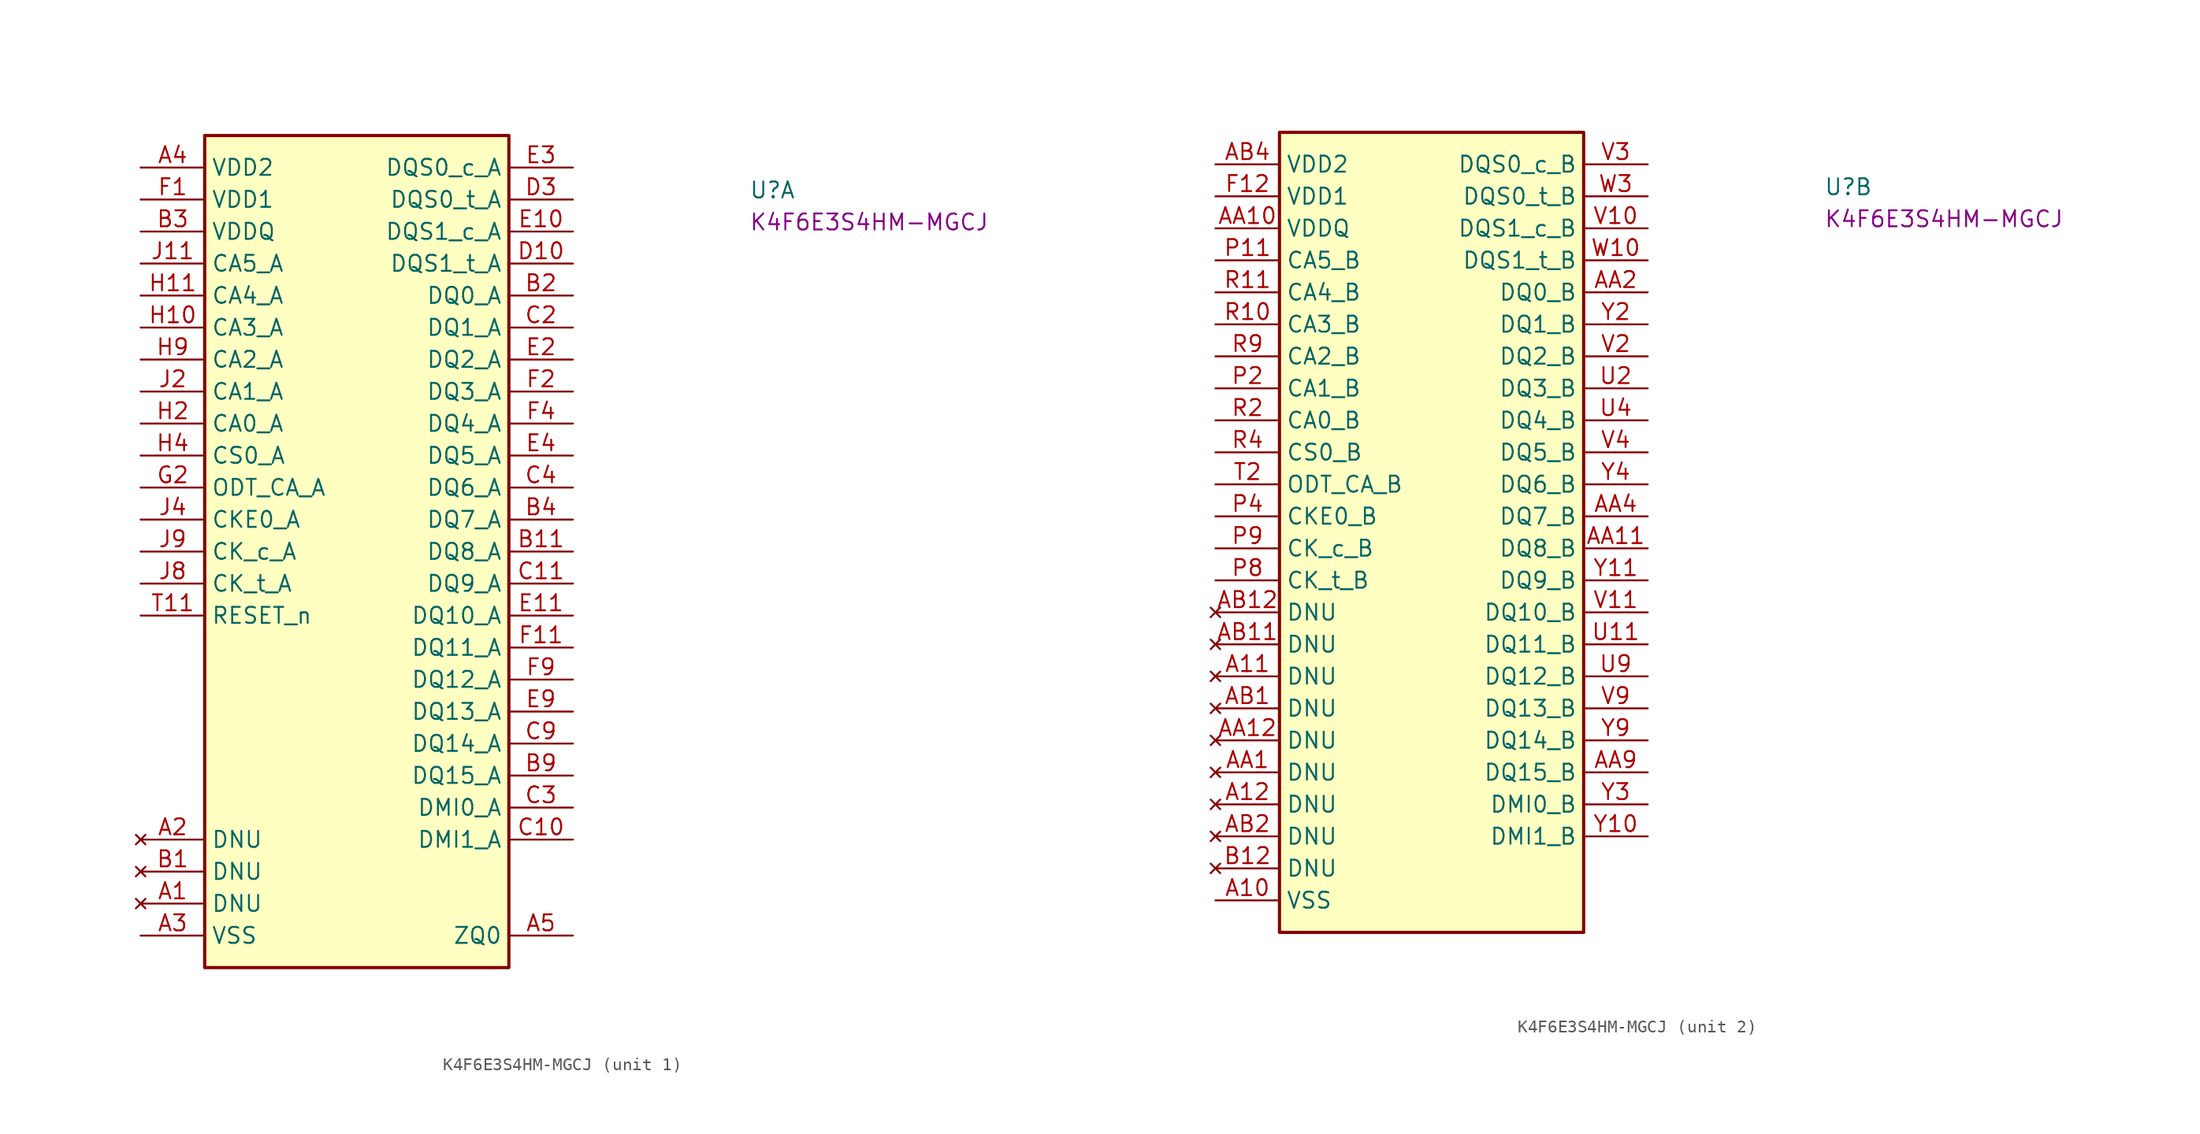
<source format=kicad_sym>
(kicad_symbol_lib
  (version 20220914)
  (generator kicad_symbol_editor)
  (symbol "K4F6E3S4HM-MGCJ"
    (property "Reference" "U"
      (at 48.26 -2.54 0)
      (effects (font (size 1.27 1.27) (thickness 0.15)) (justify left bottom)))
    (property "MPN" "K4F6E3S4HM-MGCJ"
      (at 48.26 -5.08 0)
      (effects (font (size 1.27 1.27) (thickness 0.15)) (justify left bottom)))
    (property "ki_locked" ""
      (at 0 0 0)
      (effects (font (size 1.27 1.27))))
    (symbol "K4F6E3S4HM-MGCJ_1_1"
      (rectangle (start 5.08 2.54) (end 29.21 -63.5) (stroke (width 0.254) (type default)) (fill (type background)))
      (pin no_connect line (at 0 -58.42 0) (length 5.08) (name "DNU" (effects (font (size 1.27 1.27)))) (number "A1" (effects (font (size 1.27 1.27)))))
      (pin no_connect line (at 0 -53.34 0) (length 5.08) (name "DNU" (effects (font (size 1.27 1.27)))) (number "A2" (effects (font (size 1.27 1.27)))))
      (pin power_out line (at 0 -60.96 0) (length 5.08) (name "VSS" (effects (font (size 1.27 1.27)))) (number "A3" (effects (font (size 1.27 1.27)))))
      (pin power_in line (at 0 0 0) (length 5.08) (name "VDD2" (effects (font (size 1.27 1.27)))) (number "A4" (effects (font (size 1.27 1.27)))))
      (pin unspecified line (at 34.29 -60.96 180) (length 5.08) (name "ZQ0" (effects (font (size 1.27 1.27)))) (number "A5" (effects (font (size 1.27 1.27)))))
      (pin passive line (at 0 0 0) (length 5.08) hide (name "VDD2" (effects (font (size 1.27 1.27)))) (number "A9" (effects (font (size 1.27 1.27)))))
      (pin no_connect line (at 0 -55.88 0) (length 5.08) (name "DNU" (effects (font (size 1.27 1.27)))) (number "B1" (effects (font (size 1.27 1.27)))))
      (pin bidirectional line (at 34.29 -30.48 180) (length 5.08) (name "DQ8_A" (effects (font (size 1.27 1.27)))) (number "B11" (effects (font (size 1.27 1.27)))))
      (pin bidirectional line (at 34.29 -10.16 180) (length 5.08) (name "DQ0_A" (effects (font (size 1.27 1.27)))) (number "B2" (effects (font (size 1.27 1.27)))))
      (pin power_in line (at 0 -5.08 0) (length 5.08) (name "VDDQ" (effects (font (size 1.27 1.27)))) (number "B3" (effects (font (size 1.27 1.27)))))
      (pin bidirectional line (at 34.29 -27.94 180) (length 5.08) (name "DQ7_A" (effects (font (size 1.27 1.27)))) (number "B4" (effects (font (size 1.27 1.27)))))
      (pin passive line (at 0 -5.08 0) (length 5.08) hide (name "VDDQ" (effects (font (size 1.27 1.27)))) (number "B5" (effects (font (size 1.27 1.27)))))
      (pin passive line (at 0 -5.08 0) (length 5.08) hide (name "VDDQ" (effects (font (size 1.27 1.27)))) (number "B8" (effects (font (size 1.27 1.27)))))
      (pin bidirectional line (at 34.29 -48.26 180) (length 5.08) (name "DQ15_A" (effects (font (size 1.27 1.27)))) (number "B9" (effects (font (size 1.27 1.27)))))
      (pin passive line (at 0 -60.96 0) (length 5.08) hide (name "VSS" (effects (font (size 1.27 1.27)))) (number "C1" (effects (font (size 1.27 1.27)))))
      (pin bidirectional line (at 34.29 -53.34 180) (length 5.08) (name "DMI1_A" (effects (font (size 1.27 1.27)))) (number "C10" (effects (font (size 1.27 1.27)))))
      (pin bidirectional line (at 34.29 -33.02 180) (length 5.08) (name "DQ9_A" (effects (font (size 1.27 1.27)))) (number "C11" (effects (font (size 1.27 1.27)))))
      (pin bidirectional line (at 34.29 -12.7 180) (length 5.08) (name "DQ1_A" (effects (font (size 1.27 1.27)))) (number "C2" (effects (font (size 1.27 1.27)))))
      (pin bidirectional line (at 34.29 -50.8 180) (length 5.08) (name "DMI0_A" (effects (font (size 1.27 1.27)))) (number "C3" (effects (font (size 1.27 1.27)))))
      (pin bidirectional line (at 34.29 -25.4 180) (length 5.08) (name "DQ6_A" (effects (font (size 1.27 1.27)))) (number "C4" (effects (font (size 1.27 1.27)))))
      (pin passive line (at 0 -60.96 0) (length 5.08) hide (name "VSS" (effects (font (size 1.27 1.27)))) (number "C5" (effects (font (size 1.27 1.27)))))
      (pin passive line (at 0 -60.96 0) (length 5.08) hide (name "VSS" (effects (font (size 1.27 1.27)))) (number "C8" (effects (font (size 1.27 1.27)))))
      (pin bidirectional line (at 34.29 -45.72 180) (length 5.08) (name "DQ14_A" (effects (font (size 1.27 1.27)))) (number "C9" (effects (font (size 1.27 1.27)))))
      (pin passive line (at 0 -5.08 0) (length 5.08) hide (name "VDDQ" (effects (font (size 1.27 1.27)))) (number "D1" (effects (font (size 1.27 1.27)))))
      (pin bidirectional line (at 34.29 -7.62 180) (length 5.08) (name "DQS1_t_A" (effects (font (size 1.27 1.27)))) (number "D10" (effects (font (size 1.27 1.27)))))
      (pin passive line (at 0 -60.96 0) (length 5.08) hide (name "VSS" (effects (font (size 1.27 1.27)))) (number "D2" (effects (font (size 1.27 1.27)))))
      (pin bidirectional line (at 34.29 -2.54 180) (length 5.08) (name "DQS0_t_A" (effects (font (size 1.27 1.27)))) (number "D3" (effects (font (size 1.27 1.27)))))
      (pin passive line (at 0 -60.96 0) (length 5.08) hide (name "VSS" (effects (font (size 1.27 1.27)))) (number "D4" (effects (font (size 1.27 1.27)))))
      (pin passive line (at 0 -5.08 0) (length 5.08) hide (name "VDDQ" (effects (font (size 1.27 1.27)))) (number "D5" (effects (font (size 1.27 1.27)))))
      (pin passive line (at 0 -5.08 0) (length 5.08) hide (name "VDDQ" (effects (font (size 1.27 1.27)))) (number "D8" (effects (font (size 1.27 1.27)))))
      (pin passive line (at 0 -60.96 0) (length 5.08) hide (name "VSS" (effects (font (size 1.27 1.27)))) (number "D9" (effects (font (size 1.27 1.27)))))
      (pin passive line (at 0 -60.96 0) (length 5.08) hide (name "VSS" (effects (font (size 1.27 1.27)))) (number "E1" (effects (font (size 1.27 1.27)))))
      (pin bidirectional line (at 34.29 -5.08 180) (length 5.08) (name "DQS1_c_A" (effects (font (size 1.27 1.27)))) (number "E10" (effects (font (size 1.27 1.27)))))
      (pin bidirectional line (at 34.29 -35.56 180) (length 5.08) (name "DQ10_A" (effects (font (size 1.27 1.27)))) (number "E11" (effects (font (size 1.27 1.27)))))
      (pin bidirectional line (at 34.29 -15.24 180) (length 5.08) (name "DQ2_A" (effects (font (size 1.27 1.27)))) (number "E2" (effects (font (size 1.27 1.27)))))
      (pin bidirectional line (at 34.29 0 180) (length 5.08) (name "DQS0_c_A" (effects (font (size 1.27 1.27)))) (number "E3" (effects (font (size 1.27 1.27)))))
      (pin bidirectional line (at 34.29 -22.86 180) (length 5.08) (name "DQ5_A" (effects (font (size 1.27 1.27)))) (number "E4" (effects (font (size 1.27 1.27)))))
      (pin passive line (at 0 -60.96 0) (length 5.08) hide (name "VSS" (effects (font (size 1.27 1.27)))) (number "E5" (effects (font (size 1.27 1.27)))))
      (pin passive line (at 0 -60.96 0) (length 5.08) hide (name "VSS" (effects (font (size 1.27 1.27)))) (number "E8" (effects (font (size 1.27 1.27)))))
      (pin bidirectional line (at 34.29 -43.18 180) (length 5.08) (name "DQ13_A" (effects (font (size 1.27 1.27)))) (number "E9" (effects (font (size 1.27 1.27)))))
      (pin power_in line (at 0 -2.54 0) (length 5.08) (name "VDD1" (effects (font (size 1.27 1.27)))) (number "F1" (effects (font (size 1.27 1.27)))))
      (pin bidirectional line (at 34.29 -38.1 180) (length 5.08) (name "DQ11_A" (effects (font (size 1.27 1.27)))) (number "F11" (effects (font (size 1.27 1.27)))))
      (pin bidirectional line (at 34.29 -17.78 180) (length 5.08) (name "DQ3_A" (effects (font (size 1.27 1.27)))) (number "F2" (effects (font (size 1.27 1.27)))))
      (pin passive line (at 0 -5.08 0) (length 5.08) hide (name "VDDQ" (effects (font (size 1.27 1.27)))) (number "F3" (effects (font (size 1.27 1.27)))))
      (pin bidirectional line (at 34.29 -20.32 180) (length 5.08) (name "DQ4_A" (effects (font (size 1.27 1.27)))) (number "F4" (effects (font (size 1.27 1.27)))))
      (pin passive line (at 0 0 0) (length 5.08) hide (name "VDD2" (effects (font (size 1.27 1.27)))) (number "F5" (effects (font (size 1.27 1.27)))))
      (pin passive line (at 0 0 0) (length 5.08) hide (name "VDD2" (effects (font (size 1.27 1.27)))) (number "F8" (effects (font (size 1.27 1.27)))))
      (pin bidirectional line (at 34.29 -40.64 180) (length 5.08) (name "DQ12_A" (effects (font (size 1.27 1.27)))) (number "F9" (effects (font (size 1.27 1.27)))))
      (pin passive line (at 0 -60.96 0) (length 5.08) hide (name "VSS" (effects (font (size 1.27 1.27)))) (number "G1" (effects (font (size 1.27 1.27)))))
      (pin input line (at 0 -25.4 0) (length 5.08) (name "ODT_CA_A" (effects (font (size 1.27 1.27)))) (number "G2" (effects (font (size 1.27 1.27)))))
      (pin passive line (at 0 -60.96 0) (length 5.08) hide (name "VSS" (effects (font (size 1.27 1.27)))) (number "G3" (effects (font (size 1.27 1.27)))))
      (pin passive line (at 0 -2.54 0) (length 5.08) hide (name "VDD1" (effects (font (size 1.27 1.27)))) (number "G4" (effects (font (size 1.27 1.27)))))
      (pin passive line (at 0 -60.96 0) (length 5.08) hide (name "VSS" (effects (font (size 1.27 1.27)))) (number "G5" (effects (font (size 1.27 1.27)))))
      (pin passive line (at 0 -60.96 0) (length 5.08) hide (name "VSS" (effects (font (size 1.27 1.27)))) (number "G8" (effects (font (size 1.27 1.27)))))
      (pin passive line (at 0 -2.54 0) (length 5.08) hide (name "VDD1" (effects (font (size 1.27 1.27)))) (number "G9" (effects (font (size 1.27 1.27)))))
      (pin passive line (at 0 0 0) (length 5.08) hide (name "VDD2" (effects (font (size 1.27 1.27)))) (number "H1" (effects (font (size 1.27 1.27)))))
      (pin input line (at 0 -12.7 0) (length 5.08) (name "CA3_A" (effects (font (size 1.27 1.27)))) (number "H10" (effects (font (size 1.27 1.27)))))
      (pin input line (at 0 -10.16 0) (length 5.08) (name "CA4_A" (effects (font (size 1.27 1.27)))) (number "H11" (effects (font (size 1.27 1.27)))))
      (pin input line (at 0 -20.32 0) (length 5.08) (name "CA0_A" (effects (font (size 1.27 1.27)))) (number "H2" (effects (font (size 1.27 1.27)))))
      (pin no_connect line (at 5.08 -45.72 0) (length 5.08) hide (name "NC" (effects (font (size 1.27 1.27)))) (number "H3" (effects (font (size 1.27 1.27)))))
      (pin input line (at 0 -22.86 0) (length 5.08) (name "CS0_A" (effects (font (size 1.27 1.27)))) (number "H4" (effects (font (size 1.27 1.27)))))
      (pin passive line (at 0 0 0) (length 5.08) hide (name "VDD2" (effects (font (size 1.27 1.27)))) (number "H5" (effects (font (size 1.27 1.27)))))
      (pin passive line (at 0 0 0) (length 5.08) hide (name "VDD2" (effects (font (size 1.27 1.27)))) (number "H8" (effects (font (size 1.27 1.27)))))
      (pin input line (at 0 -15.24 0) (length 5.08) (name "CA2_A" (effects (font (size 1.27 1.27)))) (number "H9" (effects (font (size 1.27 1.27)))))
      (pin passive line (at 0 -60.96 0) (length 5.08) hide (name "VSS" (effects (font (size 1.27 1.27)))) (number "J1" (effects (font (size 1.27 1.27)))))
      (pin input line (at 0 -7.62 0) (length 5.08) (name "CA5_A" (effects (font (size 1.27 1.27)))) (number "J11" (effects (font (size 1.27 1.27)))))
      (pin input line (at 0 -17.78 0) (length 5.08) (name "CA1_A" (effects (font (size 1.27 1.27)))) (number "J2" (effects (font (size 1.27 1.27)))))
      (pin passive line (at 0 -60.96 0) (length 5.08) hide (name "VSS" (effects (font (size 1.27 1.27)))) (number "J3" (effects (font (size 1.27 1.27)))))
      (pin input line (at 0 -27.94 0) (length 5.08) (name "CKE0_A" (effects (font (size 1.27 1.27)))) (number "J4" (effects (font (size 1.27 1.27)))))
      (pin no_connect line (at 5.08 -43.18 0) (length 5.08) hide (name "NC" (effects (font (size 1.27 1.27)))) (number "J5" (effects (font (size 1.27 1.27)))))
      (pin input line (at 0 -33.02 0) (length 5.08) (name "CK_t_A" (effects (font (size 1.27 1.27)))) (number "J8" (effects (font (size 1.27 1.27)))))
      (pin input line (at 0 -30.48 0) (length 5.08) (name "CK_c_A" (effects (font (size 1.27 1.27)))) (number "J9" (effects (font (size 1.27 1.27)))))
      (pin passive line (at 0 0 0) (length 5.08) hide (name "VDD2" (effects (font (size 1.27 1.27)))) (number "K1" (effects (font (size 1.27 1.27)))))
      (pin passive line (at 0 -60.96 0) (length 5.08) hide (name "VSS" (effects (font (size 1.27 1.27)))) (number "K2" (effects (font (size 1.27 1.27)))))
      (pin passive line (at 0 0 0) (length 5.08) hide (name "VDD2" (effects (font (size 1.27 1.27)))) (number "K3" (effects (font (size 1.27 1.27)))))
      (pin passive line (at 0 -60.96 0) (length 5.08) hide (name "VSS" (effects (font (size 1.27 1.27)))) (number "K4" (effects (font (size 1.27 1.27)))))
      (pin no_connect line (at 5.08 -40.64 0) (length 5.08) hide (name "NC" (effects (font (size 1.27 1.27)))) (number "K5" (effects (font (size 1.27 1.27)))))
      (pin no_connect line (at 5.08 -38.1 0) (length 5.08) hide (name "NC" (effects (font (size 1.27 1.27)))) (number "K8" (effects (font (size 1.27 1.27)))))
      (pin passive line (at 0 -60.96 0) (length 5.08) hide (name "VSS" (effects (font (size 1.27 1.27)))) (number "K9" (effects (font (size 1.27 1.27)))))
      (pin passive line (at 0 0 0) (length 5.08) hide (name "VDD2" (effects (font (size 1.27 1.27)))) (number "N1" (effects (font (size 1.27 1.27)))))
      (pin passive line (at 0 -60.96 0) (length 5.08) hide (name "VSS" (effects (font (size 1.27 1.27)))) (number "N2" (effects (font (size 1.27 1.27)))))
      (pin passive line (at 0 0 0) (length 5.08) hide (name "VDD2" (effects (font (size 1.27 1.27)))) (number "N3" (effects (font (size 1.27 1.27)))))
      (pin passive line (at 0 -60.96 0) (length 5.08) hide (name "VSS" (effects (font (size 1.27 1.27)))) (number "N4" (effects (font (size 1.27 1.27)))))
      (pin no_connect line (at 29.21 -58.42 180) (length 5.08) hide (name "NC" (effects (font (size 1.27 1.27)))) (number "N5" (effects (font (size 1.27 1.27)))))
      (pin no_connect line (at 29.21 -55.88 180) (length 5.08) hide (name "NC" (effects (font (size 1.27 1.27)))) (number "N8" (effects (font (size 1.27 1.27)))))
      (pin passive line (at 0 -60.96 0) (length 5.08) hide (name "VSS" (effects (font (size 1.27 1.27)))) (number "N9" (effects (font (size 1.27 1.27)))))
      (pin passive line (at 0 -60.96 0) (length 5.08) hide (name "VSS" (effects (font (size 1.27 1.27)))) (number "P1" (effects (font (size 1.27 1.27)))))
      (pin passive line (at 0 -60.96 0) (length 5.08) hide (name "VSS" (effects (font (size 1.27 1.27)))) (number "P3" (effects (font (size 1.27 1.27)))))
      (pin no_connect line (at 5.08 -50.8 0) (length 5.08) hide (name "NC" (effects (font (size 1.27 1.27)))) (number "P5" (effects (font (size 1.27 1.27)))))
      (pin passive line (at 0 0 0) (length 5.08) hide (name "VDD2" (effects (font (size 1.27 1.27)))) (number "R1" (effects (font (size 1.27 1.27)))))
      (pin no_connect line (at 5.08 -48.26 0) (length 5.08) hide (name "NC" (effects (font (size 1.27 1.27)))) (number "R3" (effects (font (size 1.27 1.27)))))
      (pin passive line (at 0 0 0) (length 5.08) hide (name "VDD2" (effects (font (size 1.27 1.27)))) (number "R5" (effects (font (size 1.27 1.27)))))
      (pin passive line (at 0 0 0) (length 5.08) hide (name "VDD2" (effects (font (size 1.27 1.27)))) (number "R8" (effects (font (size 1.27 1.27)))))
      (pin passive line (at 0 -60.96 0) (length 5.08) hide (name "VSS" (effects (font (size 1.27 1.27)))) (number "T1" (effects (font (size 1.27 1.27)))))
      (pin input line (at 0 -35.56 0) (length 5.08) (name "RESET_n" (effects (font (size 1.27 1.27)))) (number "T11" (effects (font (size 1.27 1.27)))))
      (pin passive line (at 0 -60.96 0) (length 5.08) hide (name "VSS" (effects (font (size 1.27 1.27)))) (number "T3" (effects (font (size 1.27 1.27)))))
      (pin passive line (at 0 -2.54 0) (length 5.08) hide (name "VDD1" (effects (font (size 1.27 1.27)))) (number "T4" (effects (font (size 1.27 1.27)))))
      (pin passive line (at 0 -60.96 0) (length 5.08) hide (name "VSS" (effects (font (size 1.27 1.27)))) (number "T5" (effects (font (size 1.27 1.27)))))
      (pin passive line (at 0 -60.96 0) (length 5.08) hide (name "VSS" (effects (font (size 1.27 1.27)))) (number "T8" (effects (font (size 1.27 1.27)))))
      (pin passive line (at 0 -2.54 0) (length 5.08) hide (name "VDD1" (effects (font (size 1.27 1.27)))) (number "T9" (effects (font (size 1.27 1.27)))))
      (pin passive line (at 0 -2.54 0) (length 5.08) hide (name "VDD1" (effects (font (size 1.27 1.27)))) (number "U1" (effects (font (size 1.27 1.27))))))
    (symbol "K4F6E3S4HM-MGCJ_2_1"
      (rectangle (start 5.08 2.54) (end 29.21 -60.96) (stroke (width 0.254) (type default)) (fill (type background)))
      (pin power_out line (at 0 -58.42 0) (length 5.08) (name "VSS" (effects (font (size 1.27 1.27)))) (number "A10" (effects (font (size 1.27 1.27)))))
      (pin no_connect line (at 0 -40.64 0) (length 5.08) (name "DNU" (effects (font (size 1.27 1.27)))) (number "A11" (effects (font (size 1.27 1.27)))))
      (pin no_connect line (at 0 -50.8 0) (length 5.08) (name "DNU" (effects (font (size 1.27 1.27)))) (number "A12" (effects (font (size 1.27 1.27)))))
      (pin no_connect line (at 29.21 -58.42 180) (length 5.08) hide (name "NC" (effects (font (size 1.27 1.27)))) (number "A8" (effects (font (size 1.27 1.27)))))
      (pin no_connect line (at 0 -48.26 0) (length 5.08) (name "DNU" (effects (font (size 1.27 1.27)))) (number "AA1" (effects (font (size 1.27 1.27)))))
      (pin power_in line (at 0 -5.08 0) (length 5.08) (name "VDDQ" (effects (font (size 1.27 1.27)))) (number "AA10" (effects (font (size 1.27 1.27)))))
      (pin bidirectional line (at 34.29 -30.48 180) (length 5.08) (name "DQ8_B" (effects (font (size 1.27 1.27)))) (number "AA11" (effects (font (size 1.27 1.27)))))
      (pin no_connect line (at 0 -45.72 0) (length 5.08) (name "DNU" (effects (font (size 1.27 1.27)))) (number "AA12" (effects (font (size 1.27 1.27)))))
      (pin bidirectional line (at 34.29 -10.16 180) (length 5.08) (name "DQ0_B" (effects (font (size 1.27 1.27)))) (number "AA2" (effects (font (size 1.27 1.27)))))
      (pin passive line (at 0 -5.08 0) (length 5.08) hide (name "VDDQ" (effects (font (size 1.27 1.27)))) (number "AA3" (effects (font (size 1.27 1.27)))))
      (pin bidirectional line (at 34.29 -27.94 180) (length 5.08) (name "DQ7_B" (effects (font (size 1.27 1.27)))) (number "AA4" (effects (font (size 1.27 1.27)))))
      (pin passive line (at 0 -5.08 0) (length 5.08) hide (name "VDDQ" (effects (font (size 1.27 1.27)))) (number "AA5" (effects (font (size 1.27 1.27)))))
      (pin passive line (at 0 -5.08 0) (length 5.08) hide (name "VDDQ" (effects (font (size 1.27 1.27)))) (number "AA8" (effects (font (size 1.27 1.27)))))
      (pin bidirectional line (at 34.29 -48.26 180) (length 5.08) (name "DQ15_B" (effects (font (size 1.27 1.27)))) (number "AA9" (effects (font (size 1.27 1.27)))))
      (pin no_connect line (at 0 -43.18 0) (length 5.08) (name "DNU" (effects (font (size 1.27 1.27)))) (number "AB1" (effects (font (size 1.27 1.27)))))
      (pin passive line (at 0 -58.42 0) (length 5.08) hide (name "VSS" (effects (font (size 1.27 1.27)))) (number "AB10" (effects (font (size 1.27 1.27)))))
      (pin no_connect line (at 0 -38.1 0) (length 5.08) (name "DNU" (effects (font (size 1.27 1.27)))) (number "AB11" (effects (font (size 1.27 1.27)))))
      (pin no_connect line (at 0 -35.56 0) (length 5.08) (name "DNU" (effects (font (size 1.27 1.27)))) (number "AB12" (effects (font (size 1.27 1.27)))))
      (pin no_connect line (at 0 -53.34 0) (length 5.08) (name "DNU" (effects (font (size 1.27 1.27)))) (number "AB2" (effects (font (size 1.27 1.27)))))
      (pin passive line (at 0 -58.42 0) (length 5.08) hide (name "VSS" (effects (font (size 1.27 1.27)))) (number "AB3" (effects (font (size 1.27 1.27)))))
      (pin power_in line (at 0 0 0) (length 5.08) (name "VDD2" (effects (font (size 1.27 1.27)))) (number "AB4" (effects (font (size 1.27 1.27)))))
      (pin passive line (at 0 -58.42 0) (length 5.08) hide (name "VSS" (effects (font (size 1.27 1.27)))) (number "AB5" (effects (font (size 1.27 1.27)))))
      (pin passive line (at 0 -58.42 0) (length 5.08) hide (name "VSS" (effects (font (size 1.27 1.27)))) (number "AB8" (effects (font (size 1.27 1.27)))))
      (pin passive line (at 0 0 0) (length 5.08) hide (name "VDD2" (effects (font (size 1.27 1.27)))) (number "AB9" (effects (font (size 1.27 1.27)))))
      (pin passive line (at 0 -5.08 0) (length 5.08) hide (name "VDDQ" (effects (font (size 1.27 1.27)))) (number "B10" (effects (font (size 1.27 1.27)))))
      (pin no_connect line (at 0 -55.88 0) (length 5.08) (name "DNU" (effects (font (size 1.27 1.27)))) (number "B12" (effects (font (size 1.27 1.27)))))
      (pin passive line (at 0 -58.42 0) (length 5.08) hide (name "VSS" (effects (font (size 1.27 1.27)))) (number "C12" (effects (font (size 1.27 1.27)))))
      (pin passive line (at 0 -58.42 0) (length 5.08) hide (name "VSS" (effects (font (size 1.27 1.27)))) (number "D11" (effects (font (size 1.27 1.27)))))
      (pin passive line (at 0 -5.08 0) (length 5.08) hide (name "VDDQ" (effects (font (size 1.27 1.27)))) (number "D12" (effects (font (size 1.27 1.27)))))
      (pin passive line (at 0 -58.42 0) (length 5.08) hide (name "VSS" (effects (font (size 1.27 1.27)))) (number "E12" (effects (font (size 1.27 1.27)))))
      (pin passive line (at 0 -5.08 0) (length 5.08) hide (name "VDDQ" (effects (font (size 1.27 1.27)))) (number "F10" (effects (font (size 1.27 1.27)))))
      (pin power_in line (at 0 -2.54 0) (length 5.08) (name "VDD1" (effects (font (size 1.27 1.27)))) (number "F12" (effects (font (size 1.27 1.27)))))
      (pin passive line (at 0 -58.42 0) (length 5.08) hide (name "VSS" (effects (font (size 1.27 1.27)))) (number "G10" (effects (font (size 1.27 1.27)))))
      (pin no_connect line (at 29.21 -55.88 180) (length 5.08) hide (name "NC" (effects (font (size 1.27 1.27)))) (number "G11" (effects (font (size 1.27 1.27)))))
      (pin passive line (at 0 -58.42 0) (length 5.08) hide (name "VSS" (effects (font (size 1.27 1.27)))) (number "G12" (effects (font (size 1.27 1.27)))))
      (pin passive line (at 0 0 0) (length 5.08) hide (name "VDD2" (effects (font (size 1.27 1.27)))) (number "H12" (effects (font (size 1.27 1.27)))))
      (pin passive line (at 0 -58.42 0) (length 5.08) hide (name "VSS" (effects (font (size 1.27 1.27)))) (number "J10" (effects (font (size 1.27 1.27)))))
      (pin passive line (at 0 -58.42 0) (length 5.08) hide (name "VSS" (effects (font (size 1.27 1.27)))) (number "J12" (effects (font (size 1.27 1.27)))))
      (pin passive line (at 0 0 0) (length 5.08) hide (name "VDD2" (effects (font (size 1.27 1.27)))) (number "K10" (effects (font (size 1.27 1.27)))))
      (pin passive line (at 0 -58.42 0) (length 5.08) hide (name "VSS" (effects (font (size 1.27 1.27)))) (number "K11" (effects (font (size 1.27 1.27)))))
      (pin passive line (at 0 0 0) (length 5.08) hide (name "VDD2" (effects (font (size 1.27 1.27)))) (number "K12" (effects (font (size 1.27 1.27)))))
      (pin passive line (at 0 0 0) (length 5.08) hide (name "VDD2" (effects (font (size 1.27 1.27)))) (number "N10" (effects (font (size 1.27 1.27)))))
      (pin passive line (at 0 -58.42 0) (length 5.08) hide (name "VSS" (effects (font (size 1.27 1.27)))) (number "N11" (effects (font (size 1.27 1.27)))))
      (pin passive line (at 0 0 0) (length 5.08) hide (name "VDD2" (effects (font (size 1.27 1.27)))) (number "N12" (effects (font (size 1.27 1.27)))))
      (pin passive line (at 0 -58.42 0) (length 5.08) hide (name "VSS" (effects (font (size 1.27 1.27)))) (number "P10" (effects (font (size 1.27 1.27)))))
      (pin input line (at 0 -7.62 0) (length 5.08) (name "CA5_B" (effects (font (size 1.27 1.27)))) (number "P11" (effects (font (size 1.27 1.27)))))
      (pin passive line (at 0 -58.42 0) (length 5.08) hide (name "VSS" (effects (font (size 1.27 1.27)))) (number "P12" (effects (font (size 1.27 1.27)))))
      (pin input line (at 0 -17.78 0) (length 5.08) (name "CA1_B" (effects (font (size 1.27 1.27)))) (number "P2" (effects (font (size 1.27 1.27)))))
      (pin input line (at 0 -27.94 0) (length 5.08) (name "CKE0_B" (effects (font (size 1.27 1.27)))) (number "P4" (effects (font (size 1.27 1.27)))))
      (pin input line (at 0 -33.02 0) (length 5.08) (name "CK_t_B" (effects (font (size 1.27 1.27)))) (number "P8" (effects (font (size 1.27 1.27)))))
      (pin input line (at 0 -30.48 0) (length 5.08) (name "CK_c_B" (effects (font (size 1.27 1.27)))) (number "P9" (effects (font (size 1.27 1.27)))))
      (pin input line (at 0 -12.7 0) (length 5.08) (name "CA3_B" (effects (font (size 1.27 1.27)))) (number "R10" (effects (font (size 1.27 1.27)))))
      (pin input line (at 0 -10.16 0) (length 5.08) (name "CA4_B" (effects (font (size 1.27 1.27)))) (number "R11" (effects (font (size 1.27 1.27)))))
      (pin passive line (at 0 0 0) (length 5.08) hide (name "VDD2" (effects (font (size 1.27 1.27)))) (number "R12" (effects (font (size 1.27 1.27)))))
      (pin input line (at 0 -20.32 0) (length 5.08) (name "CA0_B" (effects (font (size 1.27 1.27)))) (number "R2" (effects (font (size 1.27 1.27)))))
      (pin input line (at 0 -22.86 0) (length 5.08) (name "CS0_B" (effects (font (size 1.27 1.27)))) (number "R4" (effects (font (size 1.27 1.27)))))
      (pin input line (at 0 -15.24 0) (length 5.08) (name "CA2_B" (effects (font (size 1.27 1.27)))) (number "R9" (effects (font (size 1.27 1.27)))))
      (pin passive line (at 0 -58.42 0) (length 5.08) hide (name "VSS" (effects (font (size 1.27 1.27)))) (number "T10" (effects (font (size 1.27 1.27)))))
      (pin passive line (at 0 -58.42 0) (length 5.08) hide (name "VSS" (effects (font (size 1.27 1.27)))) (number "T12" (effects (font (size 1.27 1.27)))))
      (pin input line (at 0 -25.4 0) (length 5.08) (name "ODT_CA_B" (effects (font (size 1.27 1.27)))) (number "T2" (effects (font (size 1.27 1.27)))))
      (pin passive line (at 0 -5.08 0) (length 5.08) hide (name "VDDQ" (effects (font (size 1.27 1.27)))) (number "U10" (effects (font (size 1.27 1.27)))))
      (pin bidirectional line (at 34.29 -38.1 180) (length 5.08) (name "DQ11_B" (effects (font (size 1.27 1.27)))) (number "U11" (effects (font (size 1.27 1.27)))))
      (pin passive line (at 0 -2.54 0) (length 5.08) hide (name "VDD1" (effects (font (size 1.27 1.27)))) (number "U12" (effects (font (size 1.27 1.27)))))
      (pin bidirectional line (at 34.29 -17.78 180) (length 5.08) (name "DQ3_B" (effects (font (size 1.27 1.27)))) (number "U2" (effects (font (size 1.27 1.27)))))
      (pin passive line (at 0 -5.08 0) (length 5.08) hide (name "VDDQ" (effects (font (size 1.27 1.27)))) (number "U3" (effects (font (size 1.27 1.27)))))
      (pin bidirectional line (at 34.29 -20.32 180) (length 5.08) (name "DQ4_B" (effects (font (size 1.27 1.27)))) (number "U4" (effects (font (size 1.27 1.27)))))
      (pin passive line (at 0 0 0) (length 5.08) hide (name "VDD2" (effects (font (size 1.27 1.27)))) (number "U5" (effects (font (size 1.27 1.27)))))
      (pin passive line (at 0 0 0) (length 5.08) hide (name "VDD2" (effects (font (size 1.27 1.27)))) (number "U8" (effects (font (size 1.27 1.27)))))
      (pin bidirectional line (at 34.29 -40.64 180) (length 5.08) (name "DQ12_B" (effects (font (size 1.27 1.27)))) (number "U9" (effects (font (size 1.27 1.27)))))
      (pin passive line (at 0 -58.42 0) (length 5.08) hide (name "VSS" (effects (font (size 1.27 1.27)))) (number "V1" (effects (font (size 1.27 1.27)))))
      (pin bidirectional line (at 34.29 -5.08 180) (length 5.08) (name "DQS1_c_B" (effects (font (size 1.27 1.27)))) (number "V10" (effects (font (size 1.27 1.27)))))
      (pin bidirectional line (at 34.29 -35.56 180) (length 5.08) (name "DQ10_B" (effects (font (size 1.27 1.27)))) (number "V11" (effects (font (size 1.27 1.27)))))
      (pin passive line (at 0 -58.42 0) (length 5.08) hide (name "VSS" (effects (font (size 1.27 1.27)))) (number "V12" (effects (font (size 1.27 1.27)))))
      (pin bidirectional line (at 34.29 -15.24 180) (length 5.08) (name "DQ2_B" (effects (font (size 1.27 1.27)))) (number "V2" (effects (font (size 1.27 1.27)))))
      (pin bidirectional line (at 34.29 0 180) (length 5.08) (name "DQS0_c_B" (effects (font (size 1.27 1.27)))) (number "V3" (effects (font (size 1.27 1.27)))))
      (pin bidirectional line (at 34.29 -22.86 180) (length 5.08) (name "DQ5_B" (effects (font (size 1.27 1.27)))) (number "V4" (effects (font (size 1.27 1.27)))))
      (pin passive line (at 0 -58.42 0) (length 5.08) hide (name "VSS" (effects (font (size 1.27 1.27)))) (number "V5" (effects (font (size 1.27 1.27)))))
      (pin passive line (at 0 -58.42 0) (length 5.08) hide (name "VSS" (effects (font (size 1.27 1.27)))) (number "V8" (effects (font (size 1.27 1.27)))))
      (pin bidirectional line (at 34.29 -43.18 180) (length 5.08) (name "DQ13_B" (effects (font (size 1.27 1.27)))) (number "V9" (effects (font (size 1.27 1.27)))))
      (pin passive line (at 0 -5.08 0) (length 5.08) hide (name "VDDQ" (effects (font (size 1.27 1.27)))) (number "W1" (effects (font (size 1.27 1.27)))))
      (pin bidirectional line (at 34.29 -7.62 180) (length 5.08) (name "DQS1_t_B" (effects (font (size 1.27 1.27)))) (number "W10" (effects (font (size 1.27 1.27)))))
      (pin passive line (at 0 -58.42 0) (length 5.08) hide (name "VSS" (effects (font (size 1.27 1.27)))) (number "W11" (effects (font (size 1.27 1.27)))))
      (pin passive line (at 0 -5.08 0) (length 5.08) hide (name "VDDQ" (effects (font (size 1.27 1.27)))) (number "W12" (effects (font (size 1.27 1.27)))))
      (pin passive line (at 0 -58.42 0) (length 5.08) hide (name "VSS" (effects (font (size 1.27 1.27)))) (number "W2" (effects (font (size 1.27 1.27)))))
      (pin bidirectional line (at 34.29 -2.54 180) (length 5.08) (name "DQS0_t_B" (effects (font (size 1.27 1.27)))) (number "W3" (effects (font (size 1.27 1.27)))))
      (pin passive line (at 0 -58.42 0) (length 5.08) hide (name "VSS" (effects (font (size 1.27 1.27)))) (number "W4" (effects (font (size 1.27 1.27)))))
      (pin passive line (at 0 -5.08 0) (length 5.08) hide (name "VDDQ" (effects (font (size 1.27 1.27)))) (number "W5" (effects (font (size 1.27 1.27)))))
      (pin passive line (at 0 -5.08 0) (length 5.08) hide (name "VDDQ" (effects (font (size 1.27 1.27)))) (number "W8" (effects (font (size 1.27 1.27)))))
      (pin passive line (at 0 -58.42 0) (length 5.08) hide (name "VSS" (effects (font (size 1.27 1.27)))) (number "W9" (effects (font (size 1.27 1.27)))))
      (pin passive line (at 0 -58.42 0) (length 5.08) hide (name "VSS" (effects (font (size 1.27 1.27)))) (number "Y1" (effects (font (size 1.27 1.27)))))
      (pin bidirectional line (at 34.29 -53.34 180) (length 5.08) (name "DMI1_B" (effects (font (size 1.27 1.27)))) (number "Y10" (effects (font (size 1.27 1.27)))))
      (pin bidirectional line (at 34.29 -33.02 180) (length 5.08) (name "DQ9_B" (effects (font (size 1.27 1.27)))) (number "Y11" (effects (font (size 1.27 1.27)))))
      (pin passive line (at 0 -58.42 0) (length 5.08) hide (name "VSS" (effects (font (size 1.27 1.27)))) (number "Y12" (effects (font (size 1.27 1.27)))))
      (pin bidirectional line (at 34.29 -12.7 180) (length 5.08) (name "DQ1_B" (effects (font (size 1.27 1.27)))) (number "Y2" (effects (font (size 1.27 1.27)))))
      (pin bidirectional line (at 34.29 -50.8 180) (length 5.08) (name "DMI0_B" (effects (font (size 1.27 1.27)))) (number "Y3" (effects (font (size 1.27 1.27)))))
      (pin bidirectional line (at 34.29 -25.4 180) (length 5.08) (name "DQ6_B" (effects (font (size 1.27 1.27)))) (number "Y4" (effects (font (size 1.27 1.27)))))
      (pin passive line (at 0 -58.42 0) (length 5.08) hide (name "VSS" (effects (font (size 1.27 1.27)))) (number "Y5" (effects (font (size 1.27 1.27)))))
      (pin passive line (at 0 -58.42 0) (length 5.08) hide (name "VSS" (effects (font (size 1.27 1.27)))) (number "Y8" (effects (font (size 1.27 1.27)))))
      (pin bidirectional line (at 34.29 -45.72 180) (length 5.08) (name "DQ14_B" (effects (font (size 1.27 1.27)))) (number "Y9" (effects (font (size 1.27 1.27))))))))
</source>
